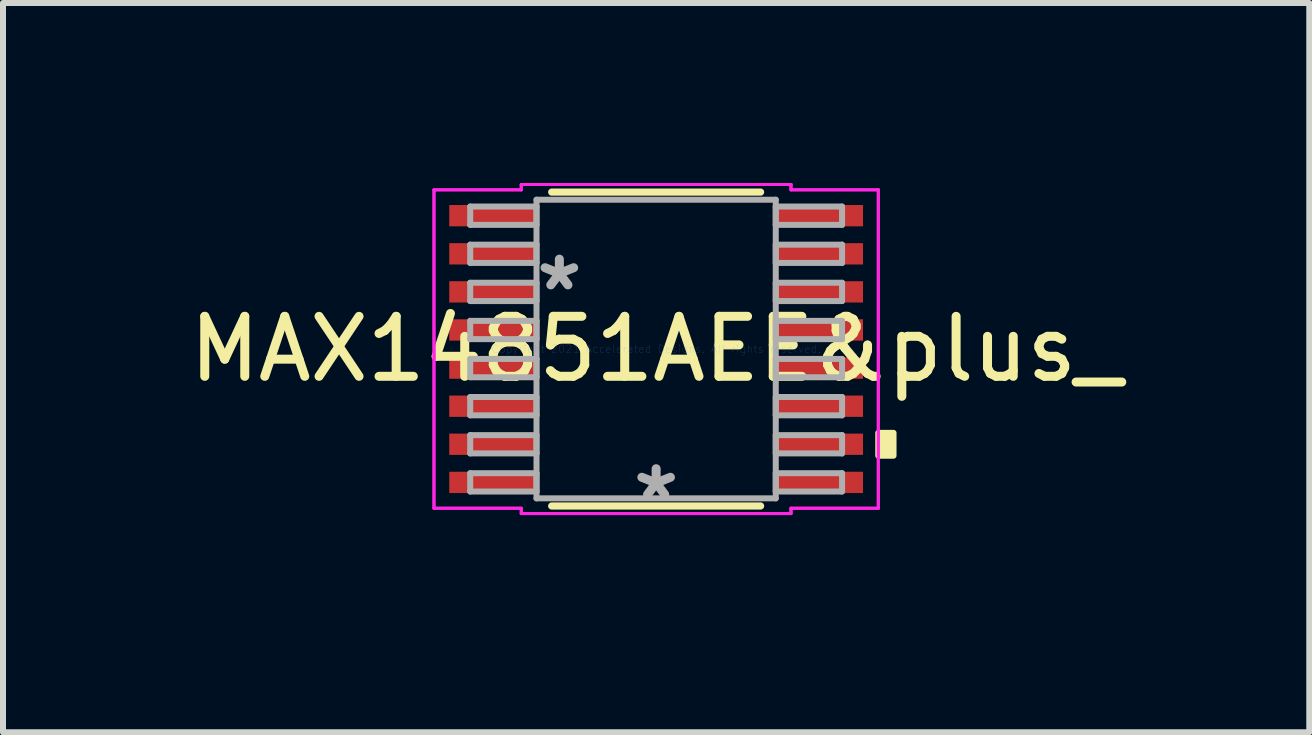
<source format=kicad_pcb>
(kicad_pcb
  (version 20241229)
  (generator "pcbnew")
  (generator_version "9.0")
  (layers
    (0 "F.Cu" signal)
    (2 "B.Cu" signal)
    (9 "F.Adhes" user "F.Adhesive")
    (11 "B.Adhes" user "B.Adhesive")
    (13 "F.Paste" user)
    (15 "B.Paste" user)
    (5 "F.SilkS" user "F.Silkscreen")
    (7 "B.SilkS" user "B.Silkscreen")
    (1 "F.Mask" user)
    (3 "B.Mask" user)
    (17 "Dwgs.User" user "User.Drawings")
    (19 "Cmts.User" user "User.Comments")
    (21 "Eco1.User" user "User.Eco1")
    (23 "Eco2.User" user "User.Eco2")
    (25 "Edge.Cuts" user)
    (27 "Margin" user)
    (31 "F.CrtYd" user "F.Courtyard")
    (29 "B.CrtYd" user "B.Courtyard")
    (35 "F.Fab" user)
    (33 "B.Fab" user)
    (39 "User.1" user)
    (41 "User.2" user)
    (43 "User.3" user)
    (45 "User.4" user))
  (footprint "MAX14851AEE&plus_"
    (layer "F.Cu")
    (at 7.887 2.768)
    (property "Reference" "MAX14851AEE&plus_" (at 0 0 0) (layer "F.SilkS") (effects (font (size 1 1) (thickness 0.15))))
    (attr through_hole)
    (fp_line (start -1.741 2.616) (end 1.741 2.616) (stroke (width 0.12) (type solid)) (layer "F.SilkS"))
    (fp_line (start 1.741 -2.616) (end -1.741 -2.616) (stroke (width 0.12) (type solid)) (layer "F.SilkS"))
    (fp_poly (pts (xy 3.957 1.397) (xy 3.957 1.778) (xy 3.703 1.778) (xy 3.703 1.397)) (stroke (width 0.1) (type solid)) (fill yes) (layer "F.SilkS"))
    (fp_line (start -3.703 -2.654) (end -2.248 -2.654) (stroke (width 0.05) (type solid)) (layer "F.CrtYd"))
    (fp_line (start -3.703 -2.654) (end -2.248 -2.654) (stroke (width 0.05) (type solid)) (layer "F.CrtYd"))
    (fp_line (start -3.703 2.654) (end -3.703 -2.654) (stroke (width 0.05) (type solid)) (layer "F.CrtYd"))
    (fp_line (start -3.703 2.654) (end -3.703 -2.654) (stroke (width 0.05) (type solid)) (layer "F.CrtYd"))
    (fp_line (start -3.703 2.654) (end -2.248 2.654) (stroke (width 0.05) (type solid)) (layer "F.CrtYd"))
    (fp_line (start -2.248 -2.743) (end 2.248 -2.743) (stroke (width 0.05) (type solid)) (layer "F.CrtYd"))
    (fp_line (start -2.248 -2.743) (end 2.248 -2.743) (stroke (width 0.05) (type solid)) (layer "F.CrtYd"))
    (fp_line (start -2.248 -2.654) (end -2.248 -2.743) (stroke (width 0.05) (type solid)) (layer "F.CrtYd"))
    (fp_line (start -2.248 -2.654) (end -2.248 -2.743) (stroke (width 0.05) (type solid)) (layer "F.CrtYd"))
    (fp_line (start -2.248 2.654) (end -3.703 2.654) (stroke (width 0.05) (type solid)) (layer "F.CrtYd"))
    (fp_line (start -2.248 2.743) (end -2.248 2.654) (stroke (width 0.05) (type solid)) (layer "F.CrtYd"))
    (fp_line (start -2.248 2.743) (end -2.248 2.654) (stroke (width 0.05) (type solid)) (layer "F.CrtYd"))
    (fp_line (start 2.248 -2.743) (end 2.248 -2.654) (stroke (width 0.05) (type solid)) (layer "F.CrtYd"))
    (fp_line (start 2.248 -2.743) (end 2.248 -2.654) (stroke (width 0.05) (type solid)) (layer "F.CrtYd"))
    (fp_line (start 2.248 -2.654) (end 3.703 -2.654) (stroke (width 0.05) (type solid)) (layer "F.CrtYd"))
    (fp_line (start 2.248 2.654) (end 2.248 2.743) (stroke (width 0.05) (type solid)) (layer "F.CrtYd"))
    (fp_line (start 2.248 2.654) (end 2.248 2.743) (stroke (width 0.05) (type solid)) (layer "F.CrtYd"))
    (fp_line (start 2.248 2.743) (end -2.248 2.743) (stroke (width 0.05) (type solid)) (layer "F.CrtYd"))
    (fp_line (start 2.248 2.743) (end -2.248 2.743) (stroke (width 0.05) (type solid)) (layer "F.CrtYd"))
    (fp_line (start 3.703 -2.654) (end 2.248 -2.654) (stroke (width 0.05) (type solid)) (layer "F.CrtYd"))
    (fp_line (start 3.703 -2.654) (end 3.703 2.654) (stroke (width 0.05) (type solid)) (layer "F.CrtYd"))
    (fp_line (start 3.703 -2.654) (end 3.703 2.654) (stroke (width 0.05) (type solid)) (layer "F.CrtYd"))
    (fp_line (start 3.703 2.654) (end 2.248 2.654) (stroke (width 0.05) (type solid)) (layer "F.CrtYd"))
    (fp_line (start 3.703 2.654) (end 2.248 2.654) (stroke (width 0.05) (type solid)) (layer "F.CrtYd"))
    (fp_line (start -3.099 -2.375) (end -3.099 -2.07) (stroke (width 0.1) (type solid)) (layer "F.Fab"))
    (fp_line (start -3.099 -2.07) (end -1.994 -2.07) (stroke (width 0.1) (type solid)) (layer "F.Fab"))
    (fp_line (start -3.099 -1.74) (end -3.099 -1.435) (stroke (width 0.1) (type solid)) (layer "F.Fab"))
    (fp_line (start -3.099 -1.435) (end -1.994 -1.435) (stroke (width 0.1) (type solid)) (layer "F.Fab"))
    (fp_line (start -3.099 -1.105) (end -3.099 -0.8) (stroke (width 0.1) (type solid)) (layer "F.Fab"))
    (fp_line (start -3.099 -0.8) (end -1.994 -0.8) (stroke (width 0.1) (type solid)) (layer "F.Fab"))
    (fp_line (start -3.099 -0.47) (end -3.099 -0.165) (stroke (width 0.1) (type solid)) (layer "F.Fab"))
    (fp_line (start -3.099 -0.165) (end -1.994 -0.165) (stroke (width 0.1) (type solid)) (layer "F.Fab"))
    (fp_line (start -3.099 0.165) (end -3.099 0.47) (stroke (width 0.1) (type solid)) (layer "F.Fab"))
    (fp_line (start -3.099 0.47) (end -1.994 0.47) (stroke (width 0.1) (type solid)) (layer "F.Fab"))
    (fp_line (start -3.099 0.8) (end -3.099 1.105) (stroke (width 0.1) (type solid)) (layer "F.Fab"))
    (fp_line (start -3.099 1.105) (end -1.994 1.105) (stroke (width 0.1) (type solid)) (layer "F.Fab"))
    (fp_line (start -3.099 1.435) (end -3.099 1.74) (stroke (width 0.1) (type solid)) (layer "F.Fab"))
    (fp_line (start -3.099 1.74) (end -1.994 1.74) (stroke (width 0.1) (type solid)) (layer "F.Fab"))
    (fp_line (start -3.099 2.07) (end -3.099 2.375) (stroke (width 0.1) (type solid)) (layer "F.Fab"))
    (fp_line (start -3.099 2.375) (end -1.994 2.375) (stroke (width 0.1) (type solid)) (layer "F.Fab"))
    (fp_line (start -1.994 -2.489) (end -1.994 2.489) (stroke (width 0.1) (type solid)) (layer "F.Fab"))
    (fp_line (start -1.994 -2.375) (end -3.099 -2.375) (stroke (width 0.1) (type solid)) (layer "F.Fab"))
    (fp_line (start -1.994 -2.07) (end -1.994 -2.375) (stroke (width 0.1) (type solid)) (layer "F.Fab"))
    (fp_line (start -1.994 -1.74) (end -3.099 -1.74) (stroke (width 0.1) (type solid)) (layer "F.Fab"))
    (fp_line (start -1.994 -1.435) (end -1.994 -1.74) (stroke (width 0.1) (type solid)) (layer "F.Fab"))
    (fp_line (start -1.994 -1.105) (end -3.099 -1.105) (stroke (width 0.1) (type solid)) (layer "F.Fab"))
    (fp_line (start -1.994 -0.8) (end -1.994 -1.105) (stroke (width 0.1) (type solid)) (layer "F.Fab"))
    (fp_line (start -1.994 -0.47) (end -3.099 -0.47) (stroke (width 0.1) (type solid)) (layer "F.Fab"))
    (fp_line (start -1.994 -0.165) (end -1.994 -0.47) (stroke (width 0.1) (type solid)) (layer "F.Fab"))
    (fp_line (start -1.994 0.165) (end -3.099 0.165) (stroke (width 0.1) (type solid)) (layer "F.Fab"))
    (fp_line (start -1.994 0.47) (end -1.994 0.165) (stroke (width 0.1) (type solid)) (layer "F.Fab"))
    (fp_line (start -1.994 0.8) (end -3.099 0.8) (stroke (width 0.1) (type solid)) (layer "F.Fab"))
    (fp_line (start -1.994 1.105) (end -1.994 0.8) (stroke (width 0.1) (type solid)) (layer "F.Fab"))
    (fp_line (start -1.994 1.435) (end -3.099 1.435) (stroke (width 0.1) (type solid)) (layer "F.Fab"))
    (fp_line (start -1.994 1.74) (end -1.994 1.435) (stroke (width 0.1) (type solid)) (layer "F.Fab"))
    (fp_line (start -1.994 2.07) (end -3.099 2.07) (stroke (width 0.1) (type solid)) (layer "F.Fab"))
    (fp_line (start -1.994 2.375) (end -1.994 2.07) (stroke (width 0.1) (type solid)) (layer "F.Fab"))
    (fp_line (start -1.994 2.489) (end 1.994 2.489) (stroke (width 0.1) (type solid)) (layer "F.Fab"))
    (fp_line (start 1.994 -2.489) (end -1.994 -2.489) (stroke (width 0.1) (type solid)) (layer "F.Fab"))
    (fp_line (start 1.994 -2.375) (end 1.994 -2.07) (stroke (width 0.1) (type solid)) (layer "F.Fab"))
    (fp_line (start 1.994 -2.07) (end 3.099 -2.07) (stroke (width 0.1) (type solid)) (layer "F.Fab"))
    (fp_line (start 1.994 -1.74) (end 1.994 -1.435) (stroke (width 0.1) (type solid)) (layer "F.Fab"))
    (fp_line (start 1.994 -1.435) (end 3.099 -1.435) (stroke (width 0.1) (type solid)) (layer "F.Fab"))
    (fp_line (start 1.994 -1.105) (end 1.994 -0.8) (stroke (width 0.1) (type solid)) (layer "F.Fab"))
    (fp_line (start 1.994 -0.8) (end 3.099 -0.8) (stroke (width 0.1) (type solid)) (layer "F.Fab"))
    (fp_line (start 1.994 -0.47) (end 1.994 -0.165) (stroke (width 0.1) (type solid)) (layer "F.Fab"))
    (fp_line (start 1.994 -0.165) (end 3.099 -0.165) (stroke (width 0.1) (type solid)) (layer "F.Fab"))
    (fp_line (start 1.994 0.165) (end 1.994 0.47) (stroke (width 0.1) (type solid)) (layer "F.Fab"))
    (fp_line (start 1.994 0.47) (end 3.099 0.47) (stroke (width 0.1) (type solid)) (layer "F.Fab"))
    (fp_line (start 1.994 0.8) (end 1.994 1.105) (stroke (width 0.1) (type solid)) (layer "F.Fab"))
    (fp_line (start 1.994 1.105) (end 3.099 1.105) (stroke (width 0.1) (type solid)) (layer "F.Fab"))
    (fp_line (start 1.994 1.435) (end 1.994 1.74) (stroke (width 0.1) (type solid)) (layer "F.Fab"))
    (fp_line (start 1.994 1.74) (end 3.099 1.74) (stroke (width 0.1) (type solid)) (layer "F.Fab"))
    (fp_line (start 1.994 2.07) (end 1.994 2.375) (stroke (width 0.1) (type solid)) (layer "F.Fab"))
    (fp_line (start 1.994 2.375) (end 3.099 2.375) (stroke (width 0.1) (type solid)) (layer "F.Fab"))
    (fp_line (start 1.994 2.489) (end 1.994 -2.489) (stroke (width 0.1) (type solid)) (layer "F.Fab"))
    (fp_line (start 3.099 -2.375) (end 1.994 -2.375) (stroke (width 0.1) (type solid)) (layer "F.Fab"))
    (fp_line (start 3.099 -2.07) (end 3.099 -2.375) (stroke (width 0.1) (type solid)) (layer "F.Fab"))
    (fp_line (start 3.099 -1.74) (end 1.994 -1.74) (stroke (width 0.1) (type solid)) (layer "F.Fab"))
    (fp_line (start 3.099 -1.435) (end 3.099 -1.74) (stroke (width 0.1) (type solid)) (layer "F.Fab"))
    (fp_line (start 3.099 -1.105) (end 1.994 -1.105) (stroke (width 0.1) (type solid)) (layer "F.Fab"))
    (fp_line (start 3.099 -0.8) (end 3.099 -1.105) (stroke (width 0.1) (type solid)) (layer "F.Fab"))
    (fp_line (start 3.099 -0.47) (end 1.994 -0.47) (stroke (width 0.1) (type solid)) (layer "F.Fab"))
    (fp_line (start 3.099 -0.165) (end 3.099 -0.47) (stroke (width 0.1) (type solid)) (layer "F.Fab"))
    (fp_line (start 3.099 0.165) (end 1.994 0.165) (stroke (width 0.1) (type solid)) (layer "F.Fab"))
    (fp_line (start 3.099 0.47) (end 3.099 0.165) (stroke (width 0.1) (type solid)) (layer "F.Fab"))
    (fp_line (start 3.099 0.8) (end 1.994 0.8) (stroke (width 0.1) (type solid)) (layer "F.Fab"))
    (fp_line (start 3.099 1.105) (end 3.099 0.8) (stroke (width 0.1) (type solid)) (layer "F.Fab"))
    (fp_line (start 3.099 1.435) (end 1.994 1.435) (stroke (width 0.1) (type solid)) (layer "F.Fab"))
    (fp_line (start 3.099 1.74) (end 3.099 1.435) (stroke (width 0.1) (type solid)) (layer "F.Fab"))
    (fp_line (start 3.099 2.07) (end 1.994 2.07) (stroke (width 0.1) (type solid)) (layer "F.Fab"))
    (fp_line (start 3.099 2.375) (end 3.099 2.07) (stroke (width 0.1) (type solid)) (layer "F.Fab"))
    (fp_text user "Copyright 2021 Accelerated Designs. All rights reserved." (at 0 0 0) (layer "Cmts.User") (effects (font (size 0.127 0.127) (thickness 0.002))))
    (fp_text user "*" (at 0 2.54 0) (layer "F.Fab") (effects (font (size 1 1) (thickness 0.15))))
    (fp_text user "*" (at -1.613 -0.953 0) (layer "F.Fab") (effects (font (size 1 1) (thickness 0.15))))
    (pad "1" smd rect (at -2.721 -2.223) (size 1.455 0.355) (layers "F.Cu" "F.Mask" "F.Paste"))
    (pad "2" smd rect (at -2.721 -1.587) (size 1.455 0.355) (layers "F.Cu" "F.Mask" "F.Paste"))
    (pad "3" smd rect (at -2.721 -0.953) (size 1.455 0.355) (layers "F.Cu" "F.Mask" "F.Paste"))
    (pad "4" smd rect (at -2.721 -0.318) (size 1.455 0.355) (layers "F.Cu" "F.Mask" "F.Paste"))
    (pad "5" smd rect (at -2.721 0.318) (size 1.455 0.355) (layers "F.Cu" "F.Mask" "F.Paste"))
    (pad "6" smd rect (at -2.721 0.953) (size 1.455 0.355) (layers "F.Cu" "F.Mask" "F.Paste"))
    (pad "7" smd rect (at -2.721 1.587) (size 1.455 0.355) (layers "F.Cu" "F.Mask" "F.Paste"))
    (pad "8" smd rect (at -2.721 2.223) (size 1.455 0.355) (layers "F.Cu" "F.Mask" "F.Paste"))
    (pad "9" smd rect (at 2.721 2.223) (size 1.455 0.355) (layers "F.Cu" "F.Mask" "F.Paste"))
    (pad "10" smd rect (at 2.721 1.587) (size 1.455 0.355) (layers "F.Cu" "F.Mask" "F.Paste"))
    (pad "11" smd rect (at 2.721 0.953) (size 1.455 0.355) (layers "F.Cu" "F.Mask" "F.Paste"))
    (pad "12" smd rect (at 2.721 0.318) (size 1.455 0.355) (layers "F.Cu" "F.Mask" "F.Paste"))
    (pad "13" smd rect (at 2.721 -0.318) (size 1.455 0.355) (layers "F.Cu" "F.Mask" "F.Paste"))
    (pad "14" smd rect (at 2.721 -0.953) (size 1.455 0.355) (layers "F.Cu" "F.Mask" "F.Paste"))
    (pad "15" smd rect (at 2.721 -1.587) (size 1.455 0.355) (layers "F.Cu" "F.Mask" "F.Paste"))
    (pad "16" smd rect (at 2.721 -2.223) (size 1.455 0.355) (layers "F.Cu" "F.Mask" "F.Paste")))
  (gr_rect
    (start -3 -3)
    (end 18.774 9.156)
    (stroke (width 0.1) (type default))
    (fill no)
    (layer "Edge.Cuts")))
</source>
